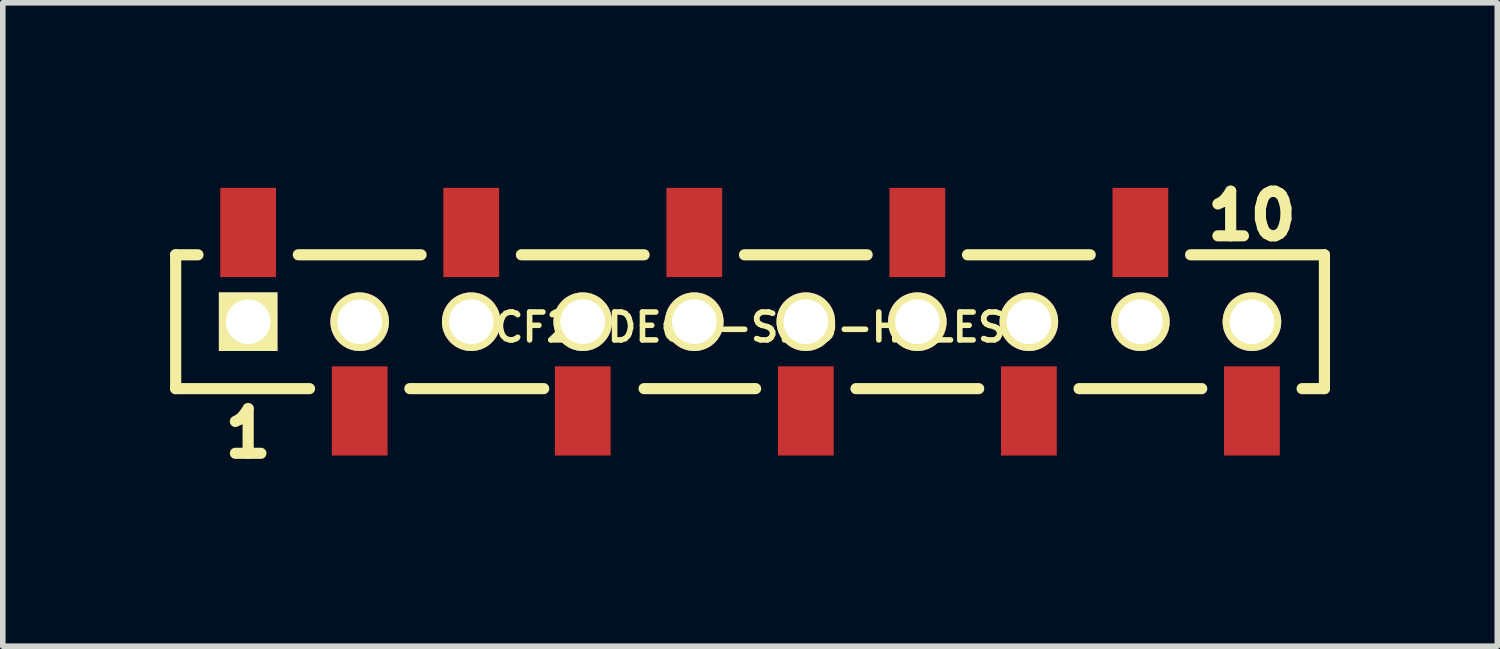
<source format=kicad_pcb>
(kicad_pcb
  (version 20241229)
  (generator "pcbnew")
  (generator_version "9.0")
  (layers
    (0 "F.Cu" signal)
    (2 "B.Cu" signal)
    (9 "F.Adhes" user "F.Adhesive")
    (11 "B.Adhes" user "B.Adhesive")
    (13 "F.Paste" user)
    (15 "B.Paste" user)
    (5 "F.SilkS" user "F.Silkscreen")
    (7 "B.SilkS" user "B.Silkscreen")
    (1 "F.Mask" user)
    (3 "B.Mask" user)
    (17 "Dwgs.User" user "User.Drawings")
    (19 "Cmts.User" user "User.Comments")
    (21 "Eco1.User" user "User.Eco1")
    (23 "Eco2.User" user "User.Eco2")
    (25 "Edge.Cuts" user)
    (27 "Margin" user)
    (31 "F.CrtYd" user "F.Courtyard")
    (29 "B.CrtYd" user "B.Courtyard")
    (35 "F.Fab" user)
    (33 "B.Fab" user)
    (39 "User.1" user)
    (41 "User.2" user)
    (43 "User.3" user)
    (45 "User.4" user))
  (footprint "CF2-DECK-SMD-HOLES"
    (layer "F.Cu")
    (at 10.4 2.719)
    (property "Reference" "CF2-DECK-SMD-HOLES" (at 0 0.1 0) (layer "F.SilkS") (effects (font (size 0.5 0.5) (thickness 0.1))))
    (attr smd)
    (fp_line (start -10.3 -1.2) (end -10.3 1.2) (stroke (width 0.2) (type solid)) (layer "F.SilkS"))
    (fp_line (start -10.3 -1.2) (end -9.9 -1.2) (stroke (width 0.2) (type solid)) (layer "F.SilkS"))
    (fp_line (start -10.3 1.2) (end -7.9 1.2) (stroke (width 0.2) (type solid)) (layer "F.SilkS"))
    (fp_line (start -8.1 -1.2) (end -5.9 -1.2) (stroke (width 0.2) (type solid)) (layer "F.SilkS"))
    (fp_line (start -6.1 1.2) (end -3.7 1.2) (stroke (width 0.2) (type solid)) (layer "F.SilkS"))
    (fp_line (start -4.1 -1.2) (end -1.9 -1.2) (stroke (width 0.2) (type solid)) (layer "F.SilkS"))
    (fp_line (start -1.9 1.2) (end 0.1 1.2) (stroke (width 0.2) (type solid)) (layer "F.SilkS"))
    (fp_line (start -0.1 -1.2) (end 2.1 -1.2) (stroke (width 0.2) (type solid)) (layer "F.SilkS"))
    (fp_line (start 1.9 1.2) (end 4.1 1.2) (stroke (width 0.2) (type solid)) (layer "F.SilkS"))
    (fp_line (start 3.9 -1.2) (end 6.1 -1.2) (stroke (width 0.2) (type solid)) (layer "F.SilkS"))
    (fp_line (start 5.9 1.2) (end 8.1 1.2) (stroke (width 0.2) (type solid)) (layer "F.SilkS"))
    (fp_line (start 7.9 -1.2) (end 10.3 -1.2) (stroke (width 0.2) (type solid)) (layer "F.SilkS"))
    (fp_line (start 10.3 -1.2) (end 10.3 1.2) (stroke (width 0.2) (type solid)) (layer "F.SilkS"))
    (fp_line (start 10.3 1.2) (end 9.9 1.2) (stroke (width 0.2) (type solid)) (layer "F.SilkS"))
    (fp_text user "1" (at -9 2 0) (layer "F.SilkS") (effects (font (size 0.8 0.8) (thickness 0.2))))
    (fp_text user "10" (at 9 -1.9 0) (layer "F.SilkS") (effects (font (size 0.8 0.8) (thickness 0.2))))
    (pad "1" smd rect (at -9 -1.6) (size 1 1.6) (layers "F.Cu" "F.Mask" "F.Paste"))
    (pad "1" smd circle (at -9 0) (size 1.05 1.05) (layers "F.Cu" "F.Mask"))
    (pad "1" thru_hole rect (at -9 0) (size 1.05 1.05) (drill 0.8) (layers "*.Cu" "B.Mask" "F.SilkS"))
    (pad "2" smd circle (at -7 0) (size 1.05 1.05) (layers "F.Cu" "F.Mask"))
    (pad "2" thru_hole circle (at -7 0) (size 1.05 1.05) (drill 0.8) (layers "*.Cu" "B.Mask" "F.SilkS"))
    (pad "2" smd rect (at -7 1.6) (size 1 1.6) (layers "F.Cu" "F.Mask" "F.Paste"))
    (pad "3" smd rect (at -5 -1.6) (size 1 1.6) (layers "F.Cu" "F.Mask" "F.Paste"))
    (pad "3" smd circle (at -5 0) (size 1.05 1.05) (layers "F.Cu" "F.Mask"))
    (pad "3" thru_hole circle (at -5 0) (size 1.05 1.05) (drill 0.8) (layers "*.Cu" "B.Mask" "F.SilkS"))
    (pad "4" smd circle (at -3 0) (size 1.05 1.05) (layers "F.Cu" "F.Mask"))
    (pad "4" thru_hole circle (at -3 0) (size 1.05 1.05) (drill 0.8) (layers "*.Cu" "B.Mask" "F.SilkS"))
    (pad "4" smd rect (at -3 1.6) (size 1 1.6) (layers "F.Cu" "F.Mask" "F.Paste"))
    (pad "5" smd rect (at -1 -1.6) (size 1 1.6) (layers "F.Cu" "F.Mask" "F.Paste"))
    (pad "5" smd circle (at -1 0) (size 1.05 1.05) (layers "F.Cu" "F.Mask"))
    (pad "5" thru_hole circle (at -1 0) (size 1.05 1.05) (drill 0.8) (layers "*.Cu" "B.Mask" "F.SilkS"))
    (pad "6" smd circle (at 1 0) (size 1.05 1.05) (layers "F.Cu" "F.Mask"))
    (pad "6" thru_hole circle (at 1 0) (size 1.05 1.05) (drill 0.8) (layers "*.Cu" "B.Mask" "F.SilkS"))
    (pad "6" smd rect (at 1 1.6) (size 1 1.6) (layers "F.Cu" "F.Mask" "F.Paste"))
    (pad "7" smd rect (at 3 -1.6) (size 1 1.6) (layers "F.Cu" "F.Mask" "F.Paste"))
    (pad "7" smd circle (at 3 0) (size 1.05 1.05) (layers "F.Cu" "F.Mask"))
    (pad "7" thru_hole circle (at 3 0) (size 1.05 1.05) (drill 0.8) (layers "*.Cu" "B.Mask" "F.SilkS"))
    (pad "8" smd circle (at 5 0) (size 1.05 1.05) (layers "F.Cu" "F.Mask"))
    (pad "8" thru_hole circle (at 5 0) (size 1.05 1.05) (drill 0.8) (layers "*.Cu" "B.Mask" "F.SilkS"))
    (pad "8" smd rect (at 5 1.6) (size 1 1.6) (layers "F.Cu" "F.Mask" "F.Paste"))
    (pad "9" smd rect (at 7 -1.6) (size 1 1.6) (layers "F.Cu" "F.Mask" "F.Paste"))
    (pad "9" smd circle (at 7 0) (size 1.05 1.05) (layers "F.Cu" "F.Mask"))
    (pad "9" thru_hole circle (at 7 0) (size 1.05 1.05) (drill 0.8) (layers "*.Cu" "B.Mask" "F.SilkS"))
    (pad "10" smd circle (at 9 0) (size 1.05 1.05) (layers "F.Cu" "F.Mask"))
    (pad "10" thru_hole circle (at 9 0) (size 1.05 1.05) (drill 0.8) (layers "*.Cu" "B.Mask" "F.SilkS"))
    (pad "10" smd rect (at 9 1.6) (size 1 1.6) (layers "F.Cu" "F.Mask" "F.Paste")))
  (gr_rect
    (start -3 -3)
    (end 23.8 8.538)
    (stroke (width 0.1) (type default))
    (fill no)
    (layer "Edge.Cuts")))
</source>
